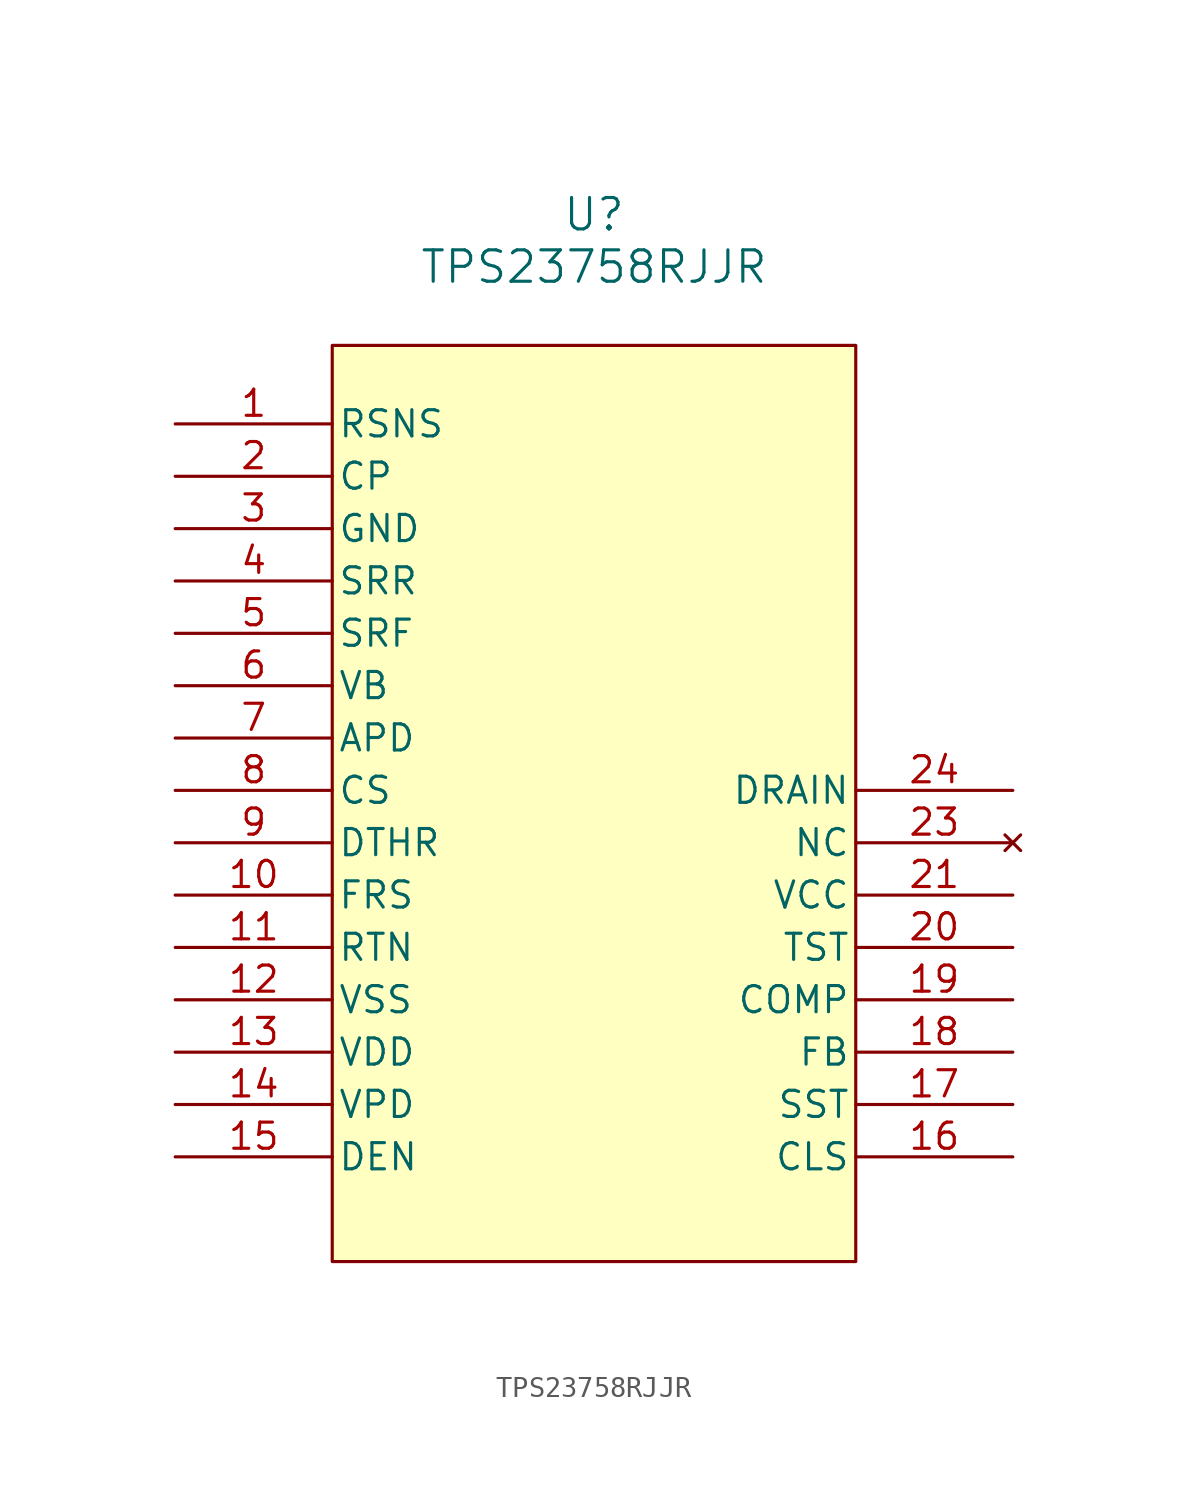
<source format=kicad_sym>
(kicad_symbol_lib
  (version 20211014)
  (generator kicad_symbol_editor)
  (symbol "TPS23758RJJR"
    (pin_names
      (offset 0.254))
    (property "Reference" "U"
      (at 20.32 10.16 0)
      (effects (font (size 1.524 1.524))))
    (property "Value" "TPS23758RJJR"
      (at 20.32 7.62 0)
      (effects (font (size 1.524 1.524))))
    (property "ki_locked" ""
      (at 0 0 0)
      (effects (font (size 1.27 1.27))))
    (symbol "TPS23758RJJR_0_1"
      (rectangle (start 7.62 3.81) (end 33.02 -40.64) (stroke (width 0) (type default) (color 0 0 0 0)) (fill (type background)))
      (pin output line (at 0 0 0) (length 7.62) (name "RSNS" (effects (font (size 1.27 1.27)))) (number "1" (effects (font (size 1.27 1.27)))))
      (pin bidirectional line (at 0 -22.86 0) (length 7.62) (name "FRS" (effects (font (size 1.27 1.27)))) (number "10" (effects (font (size 1.27 1.27)))))
      (pin output line (at 0 -25.4 0) (length 7.62) (name "RTN" (effects (font (size 1.27 1.27)))) (number "11" (effects (font (size 1.27 1.27)))))
      (pin power_in line (at 0 -27.94 0) (length 7.62) (name "VSS" (effects (font (size 1.27 1.27)))) (number "12" (effects (font (size 1.27 1.27)))))
      (pin power_in line (at 0 -30.48 0) (length 7.62) (name "VDD" (effects (font (size 1.27 1.27)))) (number "13" (effects (font (size 1.27 1.27)))))
      (pin power_in line (at 0 -33.02 0) (length 7.62) (name "VPD" (effects (font (size 1.27 1.27)))) (number "14" (effects (font (size 1.27 1.27)))))
      (pin bidirectional line (at 0 -35.56 0) (length 7.62) (name "DEN" (effects (font (size 1.27 1.27)))) (number "15" (effects (font (size 1.27 1.27)))))
      (pin output line (at 40.64 -35.56 180) (length 7.62) (name "CLS" (effects (font (size 1.27 1.27)))) (number "16" (effects (font (size 1.27 1.27)))))
      (pin input line (at 40.64 -33.02 180) (length 7.62) (name "SST" (effects (font (size 1.27 1.27)))) (number "17" (effects (font (size 1.27 1.27)))))
      (pin input line (at 40.64 -30.48 180) (length 7.62) (name "FB" (effects (font (size 1.27 1.27)))) (number "18" (effects (font (size 1.27 1.27)))))
      (pin output line (at 40.64 -27.94 180) (length 7.62) (name "COMP" (effects (font (size 1.27 1.27)))) (number "19" (effects (font (size 1.27 1.27)))))
      (pin output line (at 0 -2.54 0) (length 7.62) (name "CP" (effects (font (size 1.27 1.27)))) (number "2" (effects (font (size 1.27 1.27)))))
      (pin unspecified line (at 40.64 -25.4 180) (length 7.62) (name "TST" (effects (font (size 1.27 1.27)))) (number "20" (effects (font (size 1.27 1.27)))))
      (pin power_in line (at 40.64 -22.86 180) (length 7.62) (name "VCC" (effects (font (size 1.27 1.27)))) (number "21" (effects (font (size 1.27 1.27)))))
      (pin no_connect line (at 40.64 -20.32 180) (length 7.62) (name "NC" (effects (font (size 1.27 1.27)))) (number "23" (effects (font (size 1.27 1.27)))))
      (pin output line (at 40.64 -17.78 180) (length 7.62) (name "DRAIN" (effects (font (size 1.27 1.27)))) (number "24" (effects (font (size 1.27 1.27)))))
      (pin power_in line (at 0 -5.08 0) (length 7.62) (name "GND" (effects (font (size 1.27 1.27)))) (number "3" (effects (font (size 1.27 1.27)))))
      (pin input line (at 0 -7.62 0) (length 7.62) (name "SRR" (effects (font (size 1.27 1.27)))) (number "4" (effects (font (size 1.27 1.27)))))
      (pin input line (at 0 -10.16 0) (length 7.62) (name "SRF" (effects (font (size 1.27 1.27)))) (number "5" (effects (font (size 1.27 1.27)))))
      (pin output line (at 0 -12.7 0) (length 7.62) (name "VB" (effects (font (size 1.27 1.27)))) (number "6" (effects (font (size 1.27 1.27)))))
      (pin input line (at 0 -15.24 0) (length 7.62) (name "APD" (effects (font (size 1.27 1.27)))) (number "7" (effects (font (size 1.27 1.27)))))
      (pin input line (at 0 -17.78 0) (length 7.62) (name "CS" (effects (font (size 1.27 1.27)))) (number "8" (effects (font (size 1.27 1.27)))))
      (pin output line (at 0 -20.32 0) (length 7.62) (name "DTHR" (effects (font (size 1.27 1.27)))) (number "9" (effects (font (size 1.27 1.27))))))))
</source>
